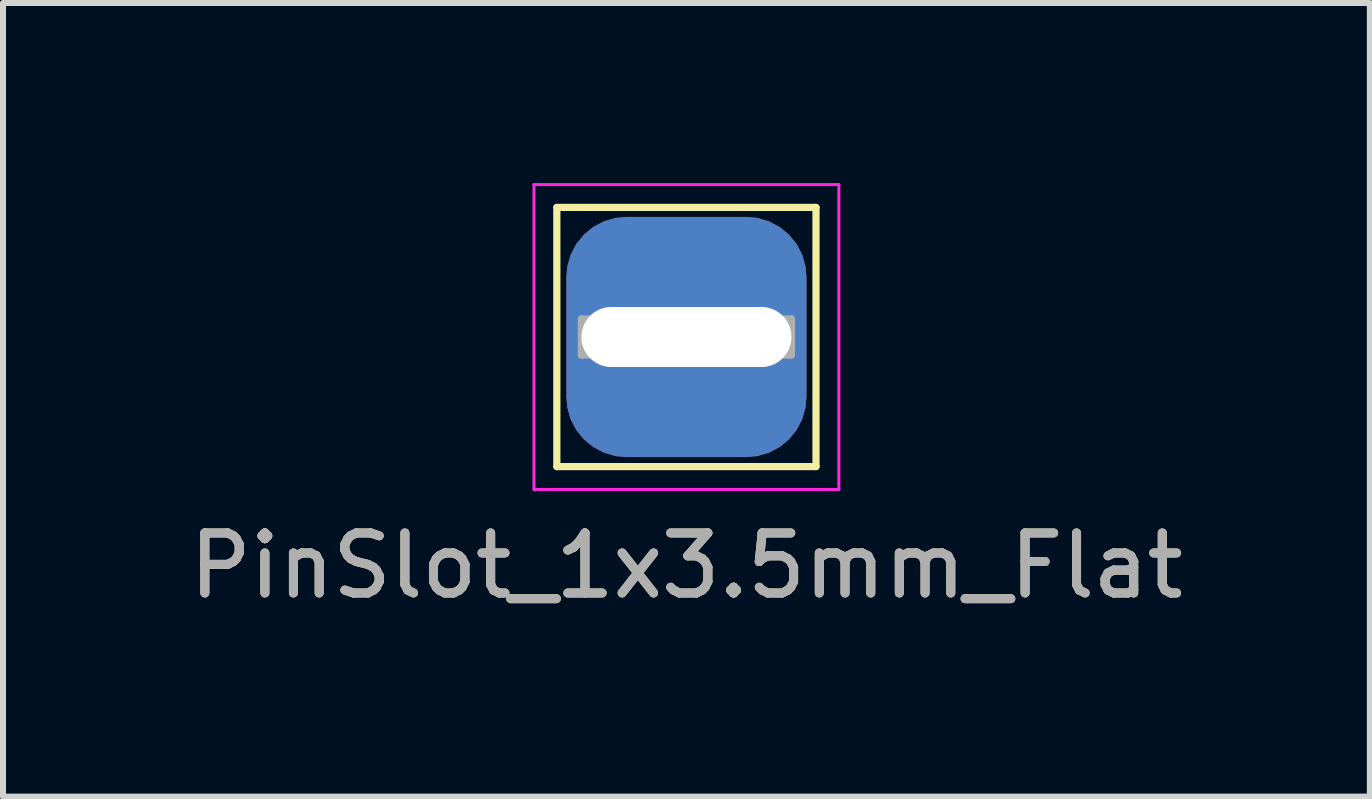
<source format=kicad_pcb>
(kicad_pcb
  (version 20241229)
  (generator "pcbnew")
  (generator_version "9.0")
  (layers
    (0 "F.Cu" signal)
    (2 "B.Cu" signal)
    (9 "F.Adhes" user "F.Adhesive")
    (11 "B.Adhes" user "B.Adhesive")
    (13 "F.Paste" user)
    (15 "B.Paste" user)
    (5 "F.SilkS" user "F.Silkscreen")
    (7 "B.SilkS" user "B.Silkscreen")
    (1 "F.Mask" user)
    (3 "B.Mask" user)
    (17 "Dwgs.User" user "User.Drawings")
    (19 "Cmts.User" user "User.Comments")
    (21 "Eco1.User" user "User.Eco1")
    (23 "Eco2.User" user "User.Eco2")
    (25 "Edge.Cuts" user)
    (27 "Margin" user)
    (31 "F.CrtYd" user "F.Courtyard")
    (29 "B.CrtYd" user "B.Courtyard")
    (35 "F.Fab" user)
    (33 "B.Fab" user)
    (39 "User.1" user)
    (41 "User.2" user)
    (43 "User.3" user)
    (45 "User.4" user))
  (footprint "PinSlot_1x3.5mm_Flat"
    (layer "F.Cu")
    (at 8.387 2.565)
    (property "Reference" "PinSlot_1x3.5mm_Flat" (at 0 3.81 0) (layer "F.SilkS") (effects (font (size 1 1) (thickness 0.15))))
    (attr through_hole)
    (fp_line (start -2.159 -2.159) (end -2.159 2.159) (stroke (width 0.12) (type solid)) (layer "F.SilkS"))
    (fp_line (start -2.159 -2.159) (end 2.159 -2.159) (stroke (width 0.12) (type solid)) (layer "F.SilkS"))
    (fp_line (start 2.159 -2.159) (end 2.159 2.159) (stroke (width 0.12) (type solid)) (layer "F.SilkS"))
    (fp_line (start 2.159 2.159) (end -2.159 2.159) (stroke (width 0.12) (type solid)) (layer "F.SilkS"))
    (fp_line (start -2.54 -2.54) (end -2.54 2.54) (stroke (width 0.05) (type solid)) (layer "F.CrtYd"))
    (fp_line (start -2.54 -2.54) (end 2.54 -2.54) (stroke (width 0.05) (type solid)) (layer "F.CrtYd"))
    (fp_line (start 2.54 2.54) (end -2.54 2.54) (stroke (width 0.05) (type solid)) (layer "F.CrtYd"))
    (fp_line (start 2.54 2.54) (end 2.54 -2.54) (stroke (width 0.05) (type solid)) (layer "F.CrtYd"))
    (fp_line (start -1.75 -0.3) (end 1.75 -0.3) (stroke (width 0.12) (type solid)) (layer "F.Fab"))
    (fp_line (start -1.75 0.3) (end -1.75 -0.3) (stroke (width 0.12) (type solid)) (layer "F.Fab"))
    (fp_line (start 1.75 -0.3) (end 1.75 0.3) (stroke (width 0.12) (type solid)) (layer "F.Fab"))
    (fp_line (start 1.75 0.3) (end -1.75 0.3) (stroke (width 0.12) (type solid)) (layer "F.Fab"))
    (fp_text user "${REFERENCE}" (at 0 3.81 0) (layer "F.Fab") (effects (font (size 1 1) (thickness 0.15))))
    (pad "1" thru_hole roundrect (at 0 0) (size 4 4) (drill oval 3.5 1) (layers "*.Cu" "*.Mask") (roundrect_rratio 0.25)))
  (gr_rect
    (start -3 -3)
    (end 19.774 10.223)
    (stroke (width 0.1) (type default))
    (fill no)
    (layer "Edge.Cuts")))
</source>
